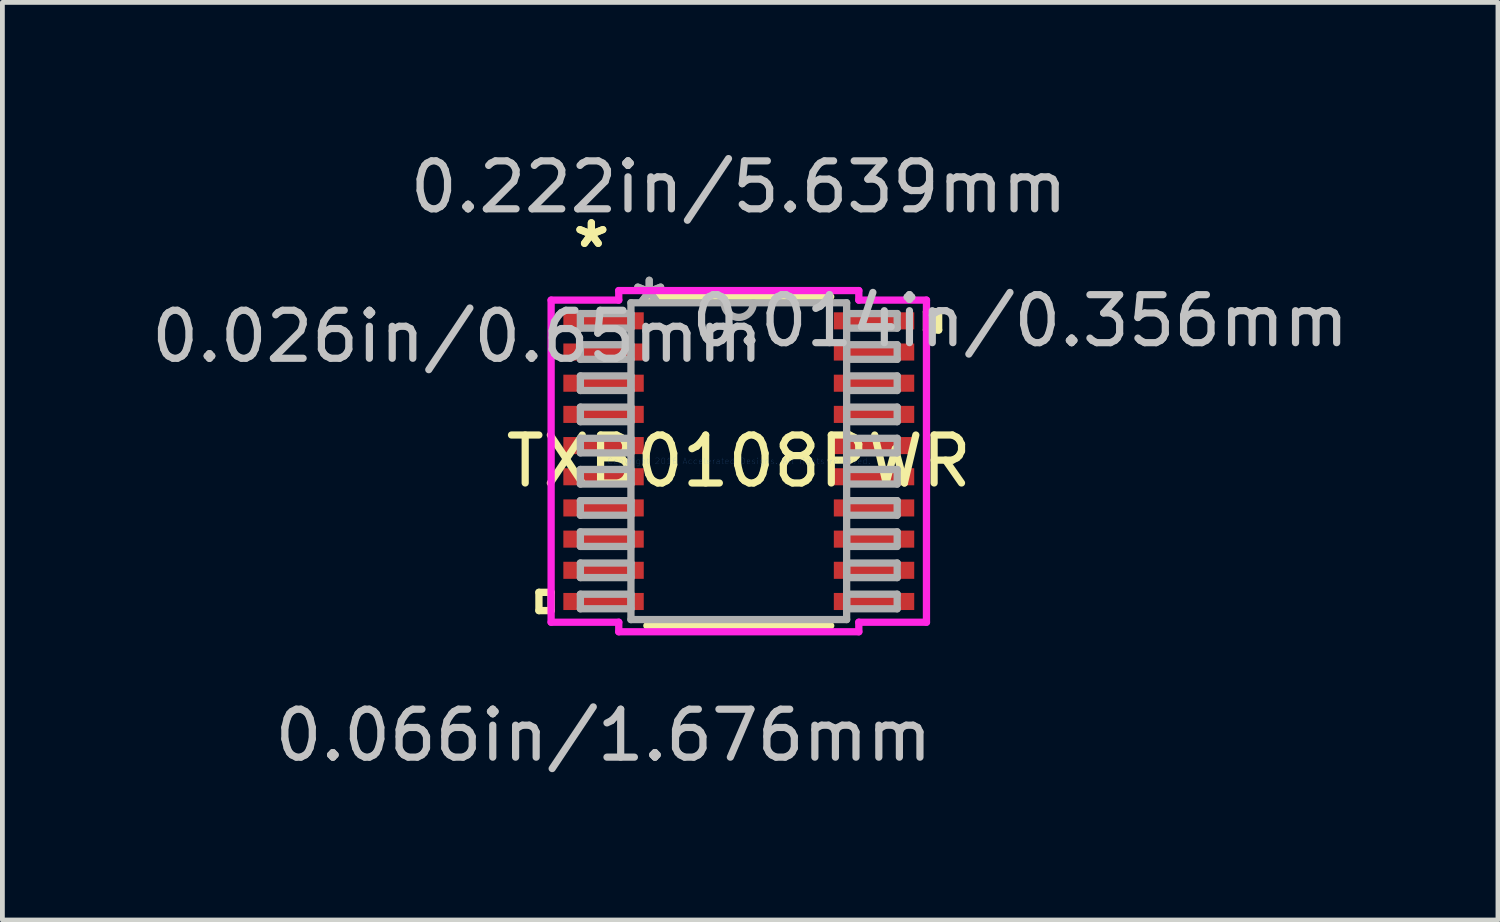
<source format=kicad_pcb>
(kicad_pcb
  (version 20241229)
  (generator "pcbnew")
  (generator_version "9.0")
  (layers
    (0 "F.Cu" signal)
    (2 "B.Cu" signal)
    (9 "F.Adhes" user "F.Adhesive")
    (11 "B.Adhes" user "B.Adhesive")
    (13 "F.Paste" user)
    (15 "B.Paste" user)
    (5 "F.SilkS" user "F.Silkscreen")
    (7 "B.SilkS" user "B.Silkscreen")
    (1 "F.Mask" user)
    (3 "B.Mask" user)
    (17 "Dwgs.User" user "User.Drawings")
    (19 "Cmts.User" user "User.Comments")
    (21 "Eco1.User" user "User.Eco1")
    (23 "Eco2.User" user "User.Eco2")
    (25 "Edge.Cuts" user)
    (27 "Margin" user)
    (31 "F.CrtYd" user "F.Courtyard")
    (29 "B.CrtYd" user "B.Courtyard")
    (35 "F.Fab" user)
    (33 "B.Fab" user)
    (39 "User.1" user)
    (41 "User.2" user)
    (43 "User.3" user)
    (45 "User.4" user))
  (footprint "TXB0108PWR"
    (layer "F.Cu")
    (at 12.35 6.563)
    (property "Reference" "TXB0108PWR" (at 0 0 0) (layer "F.SilkS") (effects (font (size 1 1) (thickness 0.15))))
    (attr through_hole)
    (fp_line (start -4.166 2.734) (end -4.166 3.115) (stroke (width 0.152) (type solid)) (layer "F.SilkS"))
    (fp_line (start -4.166 3.115) (end -3.912 3.115) (stroke (width 0.152) (type solid)) (layer "F.SilkS"))
    (fp_line (start -3.912 2.734) (end -4.166 2.734) (stroke (width 0.152) (type solid)) (layer "F.SilkS"))
    (fp_line (start -3.912 3.115) (end -3.912 2.734) (stroke (width 0.152) (type solid)) (layer "F.SilkS"))
    (fp_line (start -1.916 3.429) (end 1.916 3.429) (stroke (width 0.152) (type solid)) (layer "F.SilkS"))
    (fp_line (start 1.916 -3.429) (end -1.916 -3.429) (stroke (width 0.152) (type solid)) (layer "F.SilkS"))
    (fp_line (start 3.912 -3.115) (end 4.166 -3.115) (stroke (width 0.152) (type solid)) (layer "F.SilkS"))
    (fp_line (start 3.912 -2.734) (end 3.912 -3.115) (stroke (width 0.152) (type solid)) (layer "F.SilkS"))
    (fp_line (start 4.166 -3.115) (end 4.166 -2.734) (stroke (width 0.152) (type solid)) (layer "F.SilkS"))
    (fp_line (start 4.166 -2.734) (end 3.912 -2.734) (stroke (width 0.152) (type solid)) (layer "F.SilkS"))
    (fp_line (start -3.912 -3.357) (end -2.502 -3.357) (stroke (width 0.152) (type solid)) (layer "F.CrtYd"))
    (fp_line (start -3.912 3.357) (end -3.912 -3.357) (stroke (width 0.152) (type solid)) (layer "F.CrtYd"))
    (fp_line (start -2.502 -3.556) (end 2.502 -3.556) (stroke (width 0.152) (type solid)) (layer "F.CrtYd"))
    (fp_line (start -2.502 -3.357) (end -2.502 -3.556) (stroke (width 0.152) (type solid)) (layer "F.CrtYd"))
    (fp_line (start -2.502 3.357) (end -3.912 3.357) (stroke (width 0.152) (type solid)) (layer "F.CrtYd"))
    (fp_line (start -2.502 3.556) (end -2.502 3.357) (stroke (width 0.152) (type solid)) (layer "F.CrtYd"))
    (fp_line (start 2.502 -3.556) (end 2.502 -3.357) (stroke (width 0.152) (type solid)) (layer "F.CrtYd"))
    (fp_line (start 2.502 -3.357) (end 3.912 -3.357) (stroke (width 0.152) (type solid)) (layer "F.CrtYd"))
    (fp_line (start 2.502 3.357) (end 2.502 3.556) (stroke (width 0.152) (type solid)) (layer "F.CrtYd"))
    (fp_line (start 2.502 3.556) (end -2.502 3.556) (stroke (width 0.152) (type solid)) (layer "F.CrtYd"))
    (fp_line (start 3.912 -3.357) (end 3.912 3.357) (stroke (width 0.152) (type solid)) (layer "F.CrtYd"))
    (fp_line (start 3.912 3.357) (end 2.502 3.357) (stroke (width 0.152) (type solid)) (layer "F.CrtYd"))
    (fp_line (start -3.302 -3.077) (end -3.302 -2.773) (stroke (width 0.152) (type solid)) (layer "F.Fab"))
    (fp_line (start -3.302 -2.773) (end -2.248 -2.773) (stroke (width 0.152) (type solid)) (layer "F.Fab"))
    (fp_line (start -3.302 -2.427) (end -3.302 -2.123) (stroke (width 0.152) (type solid)) (layer "F.Fab"))
    (fp_line (start -3.302 -2.123) (end -2.248 -2.123) (stroke (width 0.152) (type solid)) (layer "F.Fab"))
    (fp_line (start -3.302 -1.777) (end -3.302 -1.473) (stroke (width 0.152) (type solid)) (layer "F.Fab"))
    (fp_line (start -3.302 -1.473) (end -2.248 -1.473) (stroke (width 0.152) (type solid)) (layer "F.Fab"))
    (fp_line (start -3.302 -1.127) (end -3.302 -0.823) (stroke (width 0.152) (type solid)) (layer "F.Fab"))
    (fp_line (start -3.302 -0.823) (end -2.248 -0.823) (stroke (width 0.152) (type solid)) (layer "F.Fab"))
    (fp_line (start -3.302 -0.477) (end -3.302 -0.173) (stroke (width 0.152) (type solid)) (layer "F.Fab"))
    (fp_line (start -3.302 -0.173) (end -2.248 -0.173) (stroke (width 0.152) (type solid)) (layer "F.Fab"))
    (fp_line (start -3.302 0.173) (end -3.302 0.477) (stroke (width 0.152) (type solid)) (layer "F.Fab"))
    (fp_line (start -3.302 0.477) (end -2.248 0.477) (stroke (width 0.152) (type solid)) (layer "F.Fab"))
    (fp_line (start -3.302 0.823) (end -3.302 1.127) (stroke (width 0.152) (type solid)) (layer "F.Fab"))
    (fp_line (start -3.302 1.127) (end -2.248 1.127) (stroke (width 0.152) (type solid)) (layer "F.Fab"))
    (fp_line (start -3.302 1.473) (end -3.302 1.777) (stroke (width 0.152) (type solid)) (layer "F.Fab"))
    (fp_line (start -3.302 1.777) (end -2.248 1.777) (stroke (width 0.152) (type solid)) (layer "F.Fab"))
    (fp_line (start -3.302 2.123) (end -3.302 2.427) (stroke (width 0.152) (type solid)) (layer "F.Fab"))
    (fp_line (start -3.302 2.427) (end -2.248 2.427) (stroke (width 0.152) (type solid)) (layer "F.Fab"))
    (fp_line (start -3.302 2.773) (end -3.302 3.077) (stroke (width 0.152) (type solid)) (layer "F.Fab"))
    (fp_line (start -3.302 3.077) (end -2.248 3.077) (stroke (width 0.152) (type solid)) (layer "F.Fab"))
    (fp_line (start -2.248 -3.302) (end -2.248 3.302) (stroke (width 0.152) (type solid)) (layer "F.Fab"))
    (fp_line (start -2.248 -3.077) (end -3.302 -3.077) (stroke (width 0.152) (type solid)) (layer "F.Fab"))
    (fp_line (start -2.248 -2.773) (end -2.248 -3.077) (stroke (width 0.152) (type solid)) (layer "F.Fab"))
    (fp_line (start -2.248 -2.427) (end -3.302 -2.427) (stroke (width 0.152) (type solid)) (layer "F.Fab"))
    (fp_line (start -2.248 -2.123) (end -2.248 -2.427) (stroke (width 0.152) (type solid)) (layer "F.Fab"))
    (fp_line (start -2.248 -1.777) (end -3.302 -1.777) (stroke (width 0.152) (type solid)) (layer "F.Fab"))
    (fp_line (start -2.248 -1.473) (end -2.248 -1.777) (stroke (width 0.152) (type solid)) (layer "F.Fab"))
    (fp_line (start -2.248 -1.127) (end -3.302 -1.127) (stroke (width 0.152) (type solid)) (layer "F.Fab"))
    (fp_line (start -2.248 -0.823) (end -2.248 -1.127) (stroke (width 0.152) (type solid)) (layer "F.Fab"))
    (fp_line (start -2.248 -0.477) (end -3.302 -0.477) (stroke (width 0.152) (type solid)) (layer "F.Fab"))
    (fp_line (start -2.248 -0.173) (end -2.248 -0.477) (stroke (width 0.152) (type solid)) (layer "F.Fab"))
    (fp_line (start -2.248 0.173) (end -3.302 0.173) (stroke (width 0.152) (type solid)) (layer "F.Fab"))
    (fp_line (start -2.248 0.477) (end -2.248 0.173) (stroke (width 0.152) (type solid)) (layer "F.Fab"))
    (fp_line (start -2.248 0.823) (end -3.302 0.823) (stroke (width 0.152) (type solid)) (layer "F.Fab"))
    (fp_line (start -2.248 1.127) (end -2.248 0.823) (stroke (width 0.152) (type solid)) (layer "F.Fab"))
    (fp_line (start -2.248 1.473) (end -3.302 1.473) (stroke (width 0.152) (type solid)) (layer "F.Fab"))
    (fp_line (start -2.248 1.777) (end -2.248 1.473) (stroke (width 0.152) (type solid)) (layer "F.Fab"))
    (fp_line (start -2.248 2.123) (end -3.302 2.123) (stroke (width 0.152) (type solid)) (layer "F.Fab"))
    (fp_line (start -2.248 2.427) (end -2.248 2.123) (stroke (width 0.152) (type solid)) (layer "F.Fab"))
    (fp_line (start -2.248 2.773) (end -3.302 2.773) (stroke (width 0.152) (type solid)) (layer "F.Fab"))
    (fp_line (start -2.248 3.077) (end -2.248 2.773) (stroke (width 0.152) (type solid)) (layer "F.Fab"))
    (fp_line (start -2.248 3.302) (end 2.248 3.302) (stroke (width 0.152) (type solid)) (layer "F.Fab"))
    (fp_line (start 2.248 -3.302) (end -2.248 -3.302) (stroke (width 0.152) (type solid)) (layer "F.Fab"))
    (fp_line (start 2.248 -3.077) (end 2.248 -2.773) (stroke (width 0.152) (type solid)) (layer "F.Fab"))
    (fp_line (start 2.248 -2.773) (end 3.302 -2.773) (stroke (width 0.152) (type solid)) (layer "F.Fab"))
    (fp_line (start 2.248 -2.427) (end 2.248 -2.123) (stroke (width 0.152) (type solid)) (layer "F.Fab"))
    (fp_line (start 2.248 -2.123) (end 3.302 -2.123) (stroke (width 0.152) (type solid)) (layer "F.Fab"))
    (fp_line (start 2.248 -1.777) (end 2.248 -1.473) (stroke (width 0.152) (type solid)) (layer "F.Fab"))
    (fp_line (start 2.248 -1.473) (end 3.302 -1.473) (stroke (width 0.152) (type solid)) (layer "F.Fab"))
    (fp_line (start 2.248 -1.127) (end 2.248 -0.823) (stroke (width 0.152) (type solid)) (layer "F.Fab"))
    (fp_line (start 2.248 -0.823) (end 3.302 -0.823) (stroke (width 0.152) (type solid)) (layer "F.Fab"))
    (fp_line (start 2.248 -0.477) (end 2.248 -0.173) (stroke (width 0.152) (type solid)) (layer "F.Fab"))
    (fp_line (start 2.248 -0.173) (end 3.302 -0.173) (stroke (width 0.152) (type solid)) (layer "F.Fab"))
    (fp_line (start 2.248 0.173) (end 2.248 0.477) (stroke (width 0.152) (type solid)) (layer "F.Fab"))
    (fp_line (start 2.248 0.477) (end 3.302 0.477) (stroke (width 0.152) (type solid)) (layer "F.Fab"))
    (fp_line (start 2.248 0.823) (end 2.248 1.127) (stroke (width 0.152) (type solid)) (layer "F.Fab"))
    (fp_line (start 2.248 1.127) (end 3.302 1.127) (stroke (width 0.152) (type solid)) (layer "F.Fab"))
    (fp_line (start 2.248 1.473) (end 2.248 1.777) (stroke (width 0.152) (type solid)) (layer "F.Fab"))
    (fp_line (start 2.248 1.777) (end 3.302 1.777) (stroke (width 0.152) (type solid)) (layer "F.Fab"))
    (fp_line (start 2.248 2.123) (end 2.248 2.427) (stroke (width 0.152) (type solid)) (layer "F.Fab"))
    (fp_line (start 2.248 2.427) (end 3.302 2.427) (stroke (width 0.152) (type solid)) (layer "F.Fab"))
    (fp_line (start 2.248 2.773) (end 2.248 3.077) (stroke (width 0.152) (type solid)) (layer "F.Fab"))
    (fp_line (start 2.248 3.077) (end 3.302 3.077) (stroke (width 0.152) (type solid)) (layer "F.Fab"))
    (fp_line (start 2.248 3.302) (end 2.248 -3.302) (stroke (width 0.152) (type solid)) (layer "F.Fab"))
    (fp_line (start 3.302 -3.077) (end 2.248 -3.077) (stroke (width 0.152) (type solid)) (layer "F.Fab"))
    (fp_line (start 3.302 -2.773) (end 3.302 -3.077) (stroke (width 0.152) (type solid)) (layer "F.Fab"))
    (fp_line (start 3.302 -2.427) (end 2.248 -2.427) (stroke (width 0.152) (type solid)) (layer "F.Fab"))
    (fp_line (start 3.302 -2.123) (end 3.302 -2.427) (stroke (width 0.152) (type solid)) (layer "F.Fab"))
    (fp_line (start 3.302 -1.777) (end 2.248 -1.777) (stroke (width 0.152) (type solid)) (layer "F.Fab"))
    (fp_line (start 3.302 -1.473) (end 3.302 -1.777) (stroke (width 0.152) (type solid)) (layer "F.Fab"))
    (fp_line (start 3.302 -1.127) (end 2.248 -1.127) (stroke (width 0.152) (type solid)) (layer "F.Fab"))
    (fp_line (start 3.302 -0.823) (end 3.302 -1.127) (stroke (width 0.152) (type solid)) (layer "F.Fab"))
    (fp_line (start 3.302 -0.477) (end 2.248 -0.477) (stroke (width 0.152) (type solid)) (layer "F.Fab"))
    (fp_line (start 3.302 -0.173) (end 3.302 -0.477) (stroke (width 0.152) (type solid)) (layer "F.Fab"))
    (fp_line (start 3.302 0.173) (end 2.248 0.173) (stroke (width 0.152) (type solid)) (layer "F.Fab"))
    (fp_line (start 3.302 0.477) (end 3.302 0.173) (stroke (width 0.152) (type solid)) (layer "F.Fab"))
    (fp_line (start 3.302 0.823) (end 2.248 0.823) (stroke (width 0.152) (type solid)) (layer "F.Fab"))
    (fp_line (start 3.302 1.127) (end 3.302 0.823) (stroke (width 0.152) (type solid)) (layer "F.Fab"))
    (fp_line (start 3.302 1.473) (end 2.248 1.473) (stroke (width 0.152) (type solid)) (layer "F.Fab"))
    (fp_line (start 3.302 1.777) (end 3.302 1.473) (stroke (width 0.152) (type solid)) (layer "F.Fab"))
    (fp_line (start 3.302 2.123) (end 2.248 2.123) (stroke (width 0.152) (type solid)) (layer "F.Fab"))
    (fp_line (start 3.302 2.427) (end 3.302 2.123) (stroke (width 0.152) (type solid)) (layer "F.Fab"))
    (fp_line (start 3.302 2.773) (end 2.248 2.773) (stroke (width 0.152) (type solid)) (layer "F.Fab"))
    (fp_line (start 3.302 3.077) (end 3.302 2.773) (stroke (width 0.152) (type solid)) (layer "F.Fab"))
    (fp_arc (start 0.3048 -3.302) (mid 0 -2.9972) (end -0.3048 -3.302) (stroke (width 0.1524) (type solid)) (layer "F.Fab"))
    (fp_text user "*" (at -3.073 -4.424 0) (layer "F.SilkS") (effects (font (size 1 1) (thickness 0.15))))
    (fp_text user "*" (at -3.073 -4.424 0) (layer "F.SilkS") (effects (font (size 1 1) (thickness 0.15))))
    (fp_text user "0.066in/1.676mm" (at -2.819 5.715 0) (layer "Dwgs.User") (effects (font (size 1 1) (thickness 0.15))))
    (fp_text user "0.026in/0.65mm" (at -5.867 -2.6 0) (layer "Dwgs.User") (effects (font (size 1 1) (thickness 0.15))))
    (fp_text user "0.014in/0.356mm" (at 5.867 -2.925 0) (layer "Dwgs.User") (effects (font (size 1 1) (thickness 0.15))))
    (fp_text user "0.222in/5.639mm" (at 0 -5.715 0) (layer "Dwgs.User") (effects (font (size 1 1) (thickness 0.15))))
    (fp_text user "Copyright 2016 Accelerated Designs. All rights reserved." (at 0 0 0) (layer "Cmts.User") (effects (font (size 0.127 0.127) (thickness 0.002))))
    (fp_text user "*" (at -1.867 -3.226 0) (layer "F.Fab") (effects (font (size 1 1) (thickness 0.15))))
    (fp_text user "*" (at -1.867 -3.226 0) (layer "F.Fab") (effects (font (size 1 1) (thickness 0.15))))
    (pad "1" smd rect (at -2.819 -2.925) (size 1.676 0.356) (layers "F.Cu" "F.Mask" "F.Paste"))
    (pad "2" smd rect (at -2.819 -2.275) (size 1.676 0.356) (layers "F.Cu" "F.Mask" "F.Paste"))
    (pad "3" smd rect (at -2.819 -1.625) (size 1.676 0.356) (layers "F.Cu" "F.Mask" "F.Paste"))
    (pad "4" smd rect (at -2.819 -0.975) (size 1.676 0.356) (layers "F.Cu" "F.Mask" "F.Paste"))
    (pad "5" smd rect (at -2.819 -0.325) (size 1.676 0.356) (layers "F.Cu" "F.Mask" "F.Paste"))
    (pad "6" smd rect (at -2.819 0.325) (size 1.676 0.356) (layers "F.Cu" "F.Mask" "F.Paste"))
    (pad "7" smd rect (at -2.819 0.975) (size 1.676 0.356) (layers "F.Cu" "F.Mask" "F.Paste"))
    (pad "8" smd rect (at -2.819 1.625) (size 1.676 0.356) (layers "F.Cu" "F.Mask" "F.Paste"))
    (pad "9" smd rect (at -2.819 2.275) (size 1.676 0.356) (layers "F.Cu" "F.Mask" "F.Paste"))
    (pad "10" smd rect (at -2.819 2.925) (size 1.676 0.356) (layers "F.Cu" "F.Mask" "F.Paste"))
    (pad "11" smd rect (at 2.819 2.925) (size 1.676 0.356) (layers "F.Cu" "F.Mask" "F.Paste"))
    (pad "12" smd rect (at 2.819 2.275) (size 1.676 0.356) (layers "F.Cu" "F.Mask" "F.Paste"))
    (pad "13" smd rect (at 2.819 1.625) (size 1.676 0.356) (layers "F.Cu" "F.Mask" "F.Paste"))
    (pad "14" smd rect (at 2.819 0.975) (size 1.676 0.356) (layers "F.Cu" "F.Mask" "F.Paste"))
    (pad "15" smd rect (at 2.819 0.325) (size 1.676 0.356) (layers "F.Cu" "F.Mask" "F.Paste"))
    (pad "16" smd rect (at 2.819 -0.325) (size 1.676 0.356) (layers "F.Cu" "F.Mask" "F.Paste"))
    (pad "17" smd rect (at 2.819 -0.975) (size 1.676 0.356) (layers "F.Cu" "F.Mask" "F.Paste"))
    (pad "18" smd rect (at 2.819 -1.625) (size 1.676 0.356) (layers "F.Cu" "F.Mask" "F.Paste"))
    (pad "19" smd rect (at 2.819 -2.275) (size 1.676 0.356) (layers "F.Cu" "F.Mask" "F.Paste"))
    (pad "20" smd rect (at 2.819 -2.925) (size 1.676 0.356) (layers "F.Cu" "F.Mask" "F.Paste")))
  (gr_rect
    (start -3 -3)
    (end 28.175 16.127)
    (stroke (width 0.1) (type default))
    (fill no)
    (layer "Edge.Cuts")))
</source>
